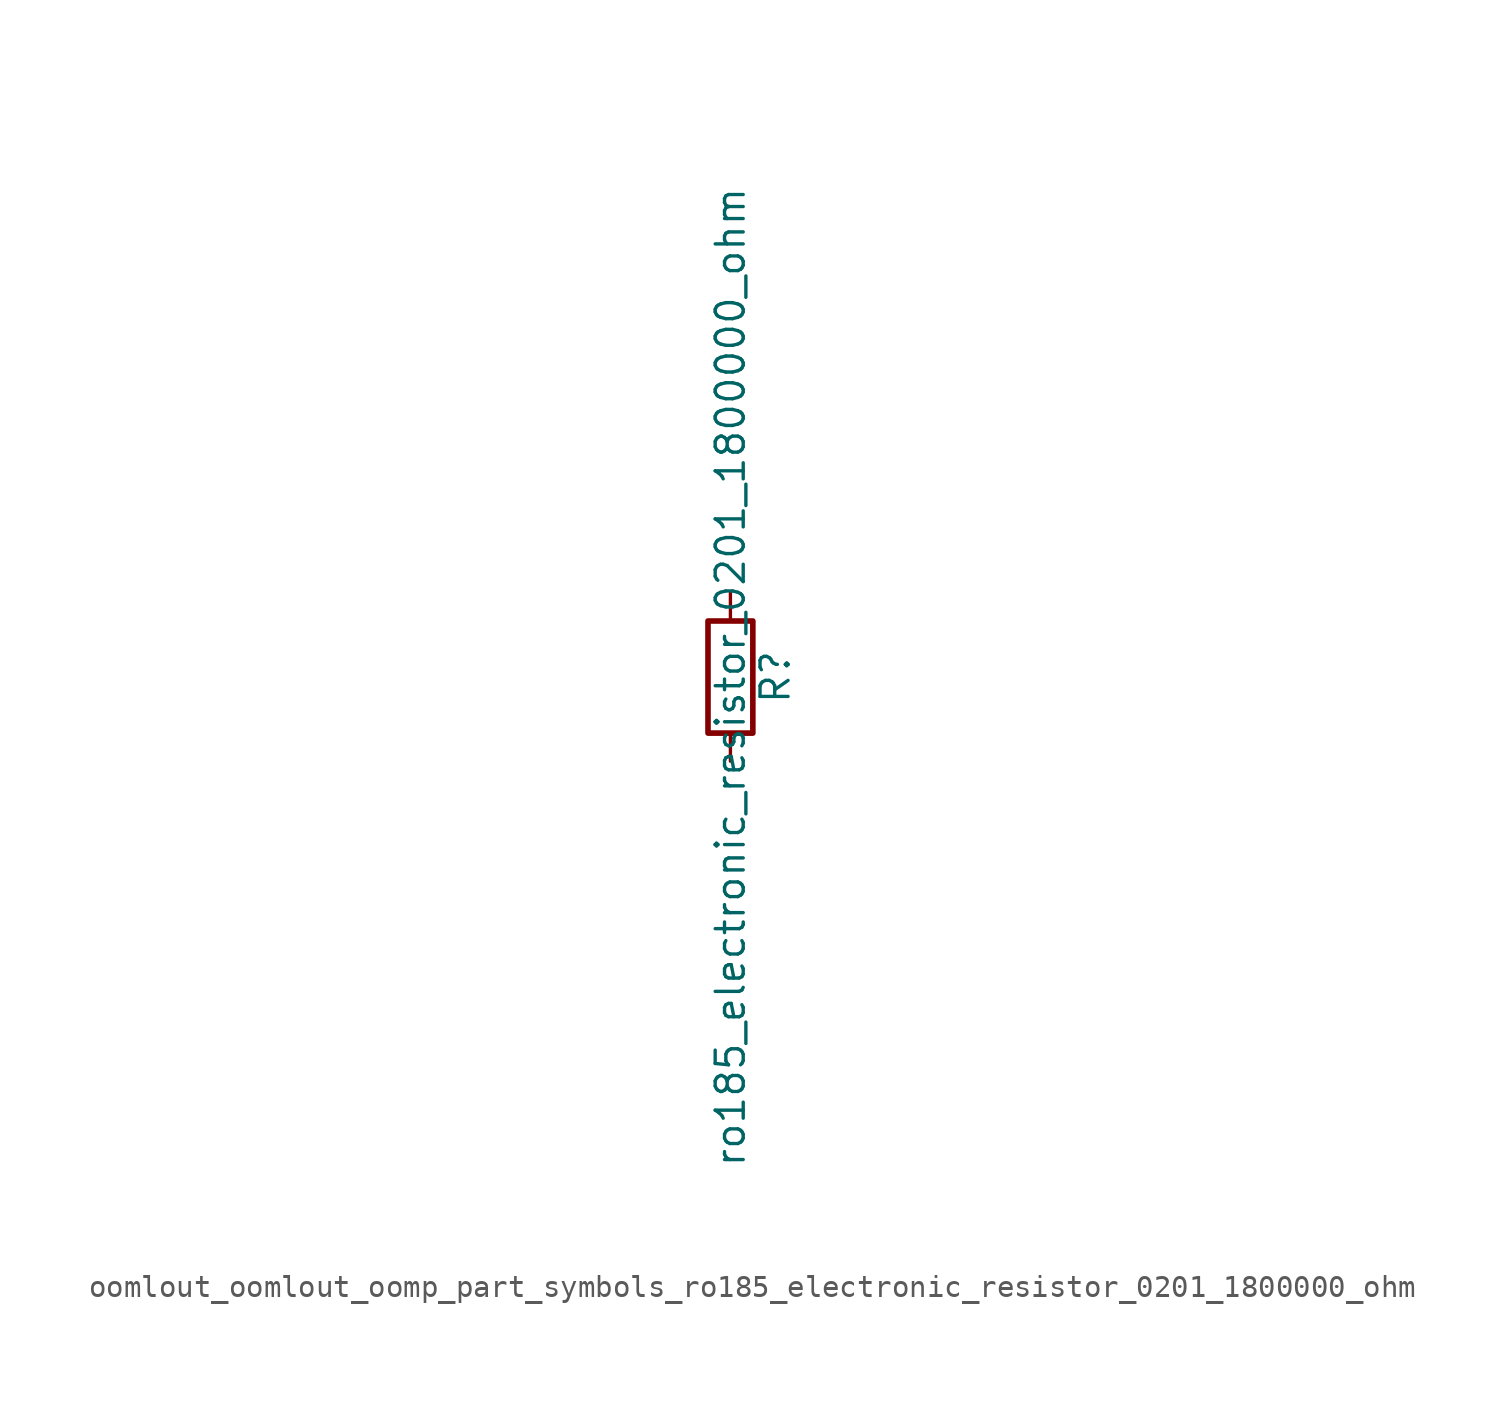
<source format=kicad_sym>
(kicad_symbol_lib
  (version 20220914)
  (generator kicad_symbol_editor)
  (symbol "oomlout_oomlout_oomp_part_symbols_ro185_electronic_resistor_0201_1800000_ohm"
    (pin_numbers hide)
    (pin_names
      (offset 0))
    (property "Reference" "R"
      (at 2.032 0 90)
      (effects (font (size 1.27 1.27))))
    (property "Value" "ro185_electronic_resistor_0201_1800000_ohm"
      (at 0 0 90)
      (effects (font (size 1.27 1.27))))
    (symbol "oomlout_oomlout_oomp_part_symbols_ro185_electronic_resistor_0201_1800000_ohm_0_1"
      (rectangle (start -1.016 -2.54) (end 1.016 2.54) (stroke (width 0.254) (type default)) (fill (type none))))
    (symbol "oomlout_oomlout_oomp_part_symbols_ro185_electronic_resistor_0201_1800000_ohm_1_1"
      (pin passive line (at 0 3.81 270) (length 1.27) (name "~" (effects (font (size 1.27 1.27)))) (number "1" (effects (font (size 1.27 1.27)))))
      (pin passive line (at 0 -3.81 90) (length 1.27) (name "~" (effects (font (size 1.27 1.27)))) (number "2" (effects (font (size 1.27 1.27))))))))
</source>
